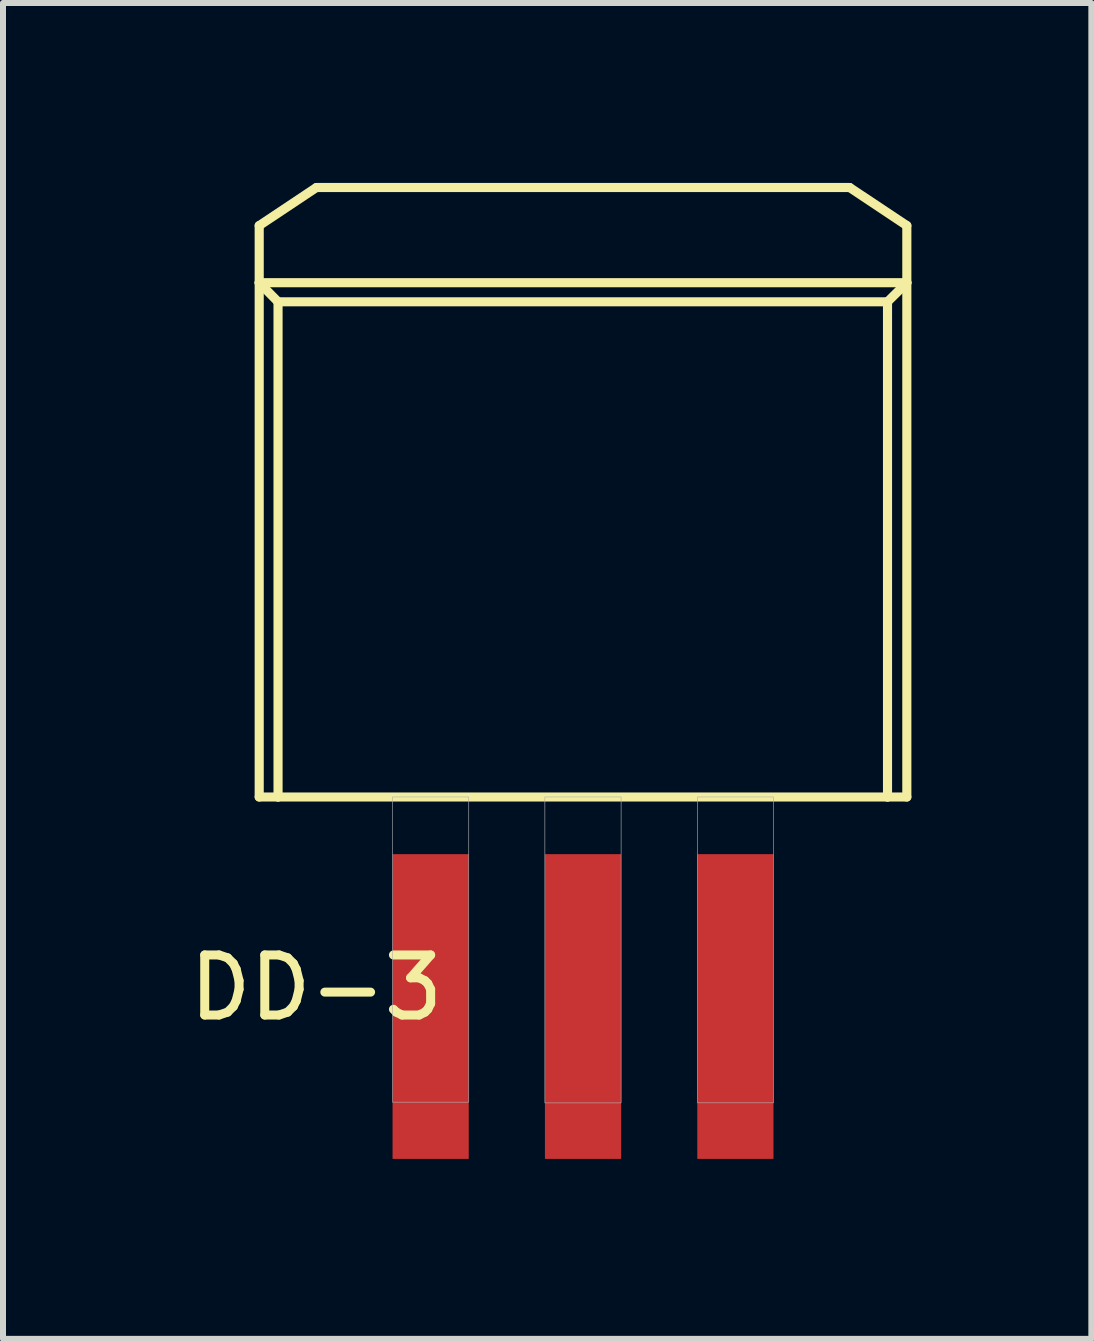
<source format=kicad_pcb>
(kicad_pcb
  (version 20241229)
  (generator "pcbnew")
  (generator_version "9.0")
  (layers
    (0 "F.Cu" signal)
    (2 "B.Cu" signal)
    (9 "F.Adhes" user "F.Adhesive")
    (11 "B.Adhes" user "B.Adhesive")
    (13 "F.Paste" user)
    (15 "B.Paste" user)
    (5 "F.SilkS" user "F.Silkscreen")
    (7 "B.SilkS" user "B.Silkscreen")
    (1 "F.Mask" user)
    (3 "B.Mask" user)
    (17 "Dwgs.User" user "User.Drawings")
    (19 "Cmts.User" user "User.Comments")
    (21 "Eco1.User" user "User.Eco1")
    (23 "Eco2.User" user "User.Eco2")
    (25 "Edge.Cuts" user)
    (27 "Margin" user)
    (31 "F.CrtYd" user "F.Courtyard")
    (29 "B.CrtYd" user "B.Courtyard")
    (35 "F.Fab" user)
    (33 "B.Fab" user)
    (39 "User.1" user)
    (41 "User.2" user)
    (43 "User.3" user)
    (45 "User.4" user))
  (footprint "DD-3"
    (layer "F.Cu")
    (at 6.669 5.791)
    (property "Reference" "DD-3" (at -4.447 7.624 180) (layer "F.SilkS") (effects (font (size 1.001 1.001) (thickness 0.15))))
    (attr smd)
    (fp_line (start -5.398 -5.08) (end -4.445 -5.715) (stroke (width 0.152) (type solid)) (layer "F.SilkS"))
    (fp_line (start -5.398 -4.128) (end -5.398 -5.08) (stroke (width 0.152) (type solid)) (layer "F.SilkS"))
    (fp_line (start -5.398 -4.128) (end -5.398 4.445) (stroke (width 0.152) (type solid)) (layer "F.SilkS"))
    (fp_line (start -5.398 -4.128) (end -5.084 -3.81) (stroke (width 0.152) (type solid)) (layer "F.SilkS"))
    (fp_line (start -5.398 4.445) (end -5.084 4.445) (stroke (width 0.152) (type solid)) (layer "F.SilkS"))
    (fp_line (start -5.084 -3.81) (end 5.076 -3.81) (stroke (width 0.152) (type solid)) (layer "F.SilkS"))
    (fp_line (start -5.084 4.445) (end -5.084 -3.81) (stroke (width 0.152) (type solid)) (layer "F.SilkS"))
    (fp_line (start -5.084 4.445) (end 5.076 4.445) (stroke (width 0.152) (type solid)) (layer "F.SilkS"))
    (fp_line (start -4.445 -5.715) (end 4.445 -5.715) (stroke (width 0.152) (type solid)) (layer "F.SilkS"))
    (fp_line (start 4.445 -5.715) (end 5.398 -5.08) (stroke (width 0.152) (type solid)) (layer "F.SilkS"))
    (fp_line (start 5.076 -3.81) (end 5.076 4.445) (stroke (width 0.152) (type solid)) (layer "F.SilkS"))
    (fp_line (start 5.076 4.445) (end 5.398 4.445) (stroke (width 0.152) (type solid)) (layer "F.SilkS"))
    (fp_line (start 5.398 -5.08) (end 5.398 -4.128) (stroke (width 0.152) (type solid)) (layer "F.SilkS"))
    (fp_line (start 5.398 -4.128) (end -5.398 -4.128) (stroke (width 0.152) (type solid)) (layer "F.SilkS"))
    (fp_line (start 5.398 -4.128) (end 5.076 -3.81) (stroke (width 0.152) (type solid)) (layer "F.SilkS"))
    (fp_line (start 5.398 4.445) (end 5.398 -4.128) (stroke (width 0.152) (type solid)) (layer "F.SilkS"))
    (fp_poly (pts (xy -3.177 4.445) (xy -1.905 4.445) (xy -1.905 9.532) (xy -3.177 9.532)) (stroke (width 0.01) (type solid)) (fill no) (layer "F.Fab"))
    (fp_poly (pts (xy -0.636 4.445) (xy 0.635 4.445) (xy 0.635 9.545) (xy -0.636 9.545)) (stroke (width 0.01) (type solid)) (fill no) (layer "F.Fab"))
    (fp_poly (pts (xy 1.909 4.445) (xy 3.175 4.445) (xy 3.175 9.543) (xy 1.909 9.543)) (stroke (width 0.01) (type solid)) (fill no) (layer "F.Fab"))
    (pad "1" smd rect (at -2.54 7.938) (size 1.27 5.08) (layers "F.Cu" "F.Mask" "F.Paste"))
    (pad "2" smd rect (at 0 7.938) (size 1.27 5.08) (layers "F.Cu" "F.Mask" "F.Paste"))
    (pad "3" smd rect (at 2.54 7.938) (size 1.27 5.08) (layers "F.Cu" "F.Mask" "F.Paste")))
  (gr_rect
    (start -3 -3)
    (end 15.143 19.269)
    (stroke (width 0.1) (type default))
    (fill no)
    (layer "Edge.Cuts")))
</source>
